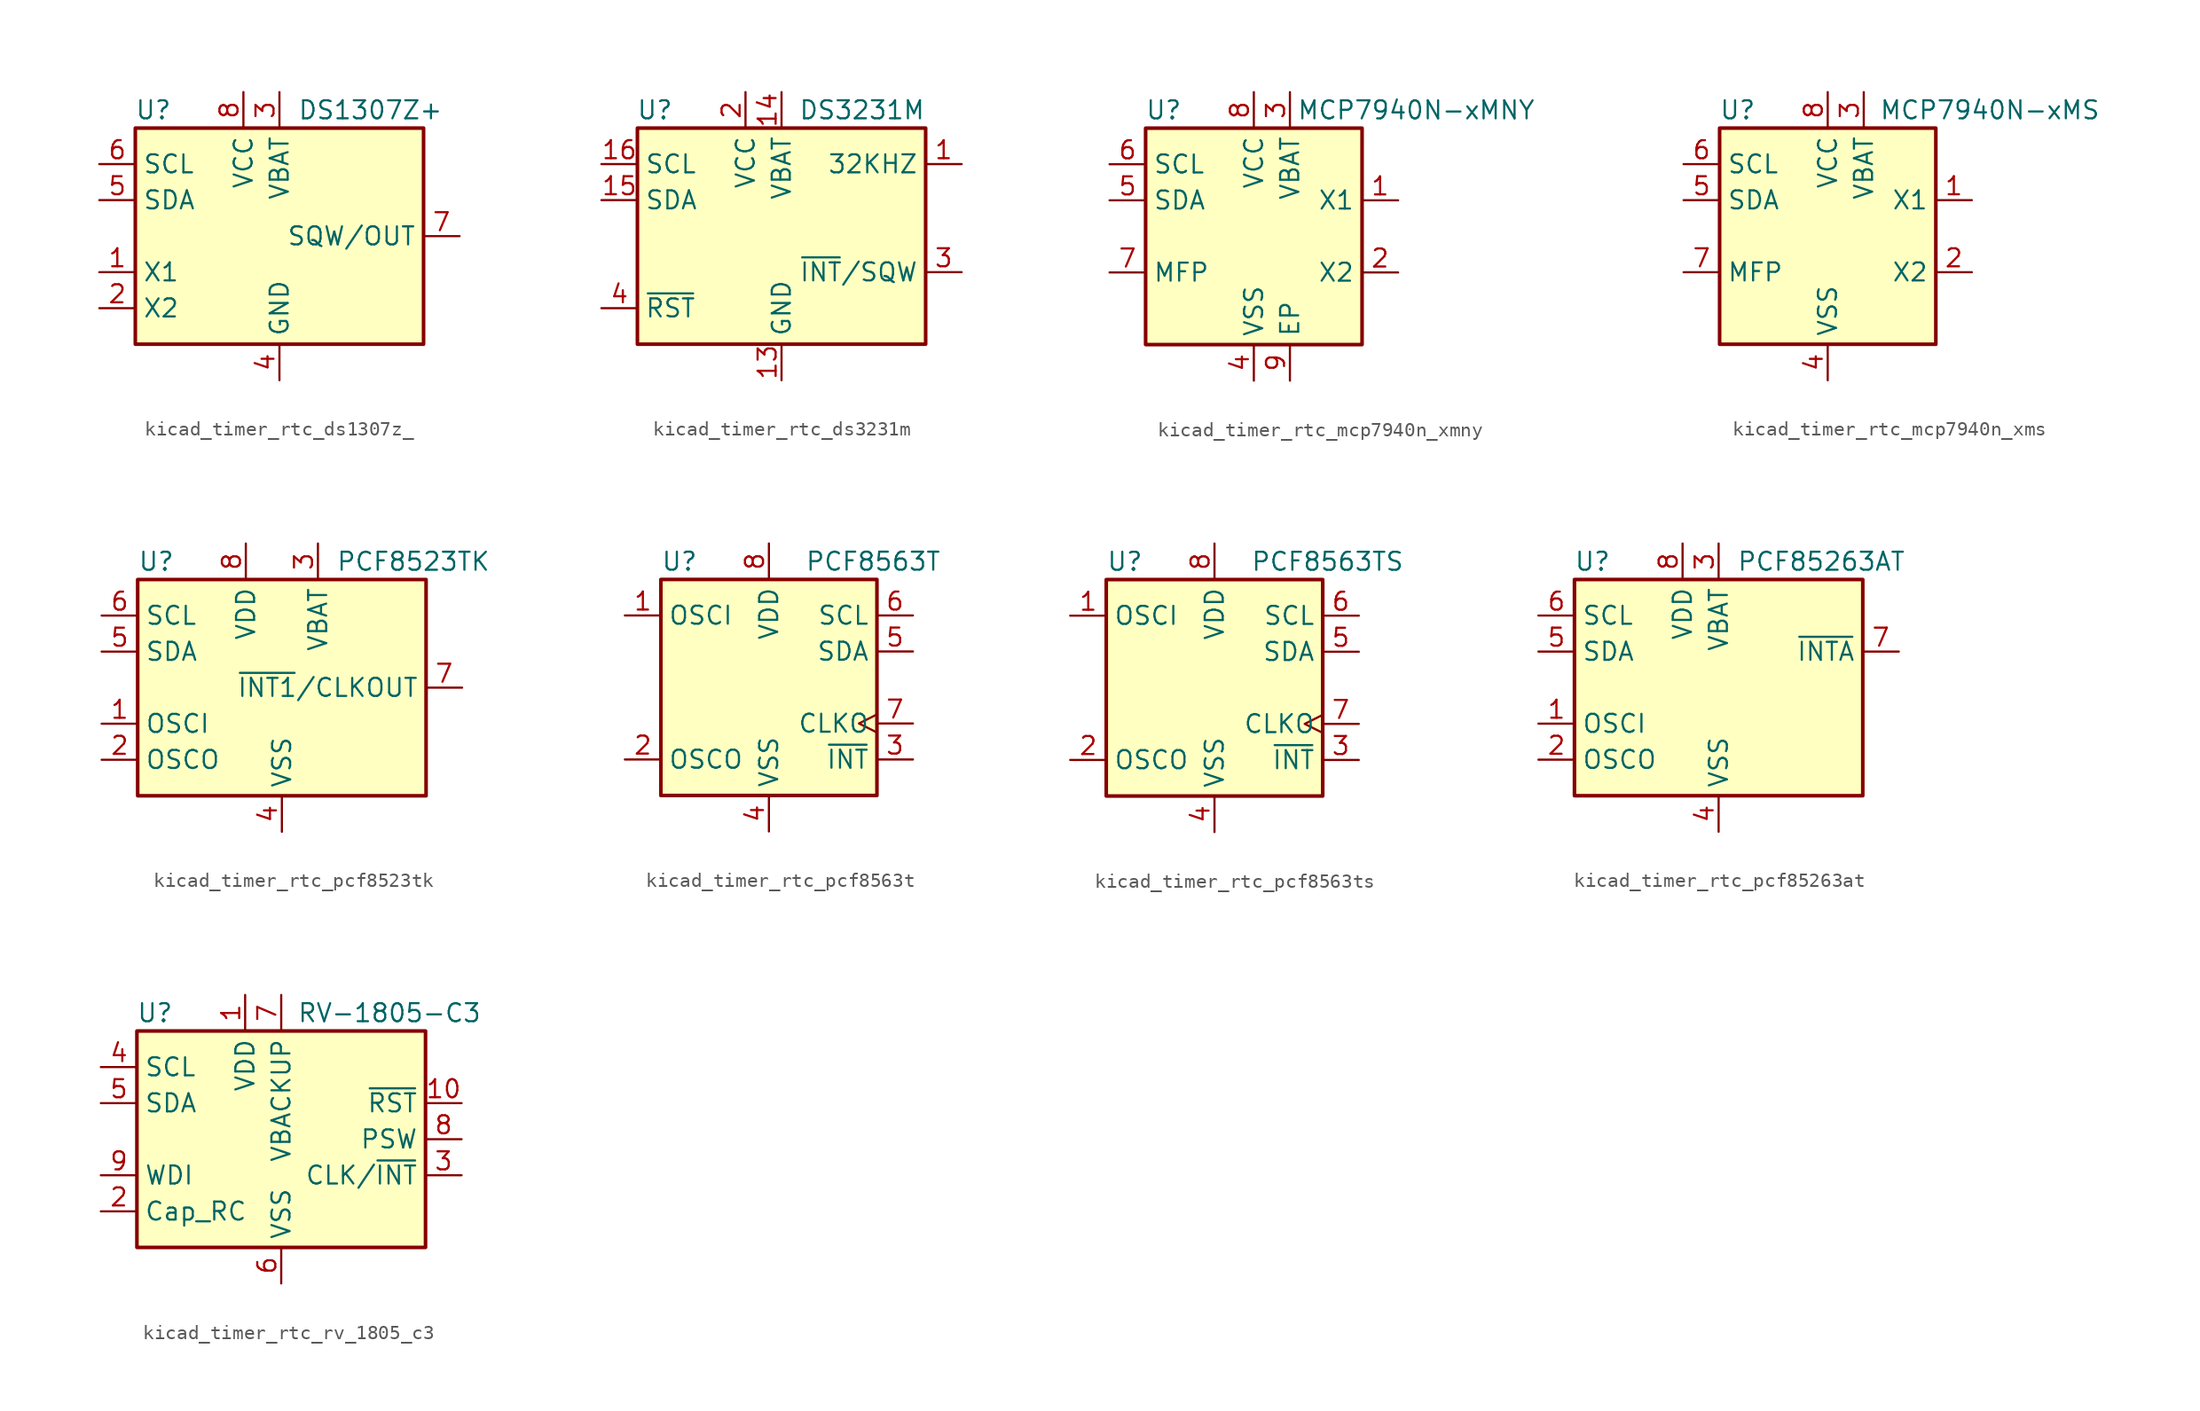
<source format=kicad_sym>
(kicad_symbol_lib
  (version 20220914)
  (generator kicad_symbol_editor)
  (symbol "kicad_timer_rtc_ds1307z_"
    (property "Reference" "U"
      (at -8.89 8.89 0)
      (effects (font (size 1.27 1.27))))
    (property "Value" "DS1307Z+"
      (at 1.27 8.89 0)
      (effects (font (size 1.27 1.27)) (justify left)))
    (symbol "kicad_timer_rtc_ds1307z__0_1"
      (rectangle (start -10.16 7.62) (end 10.16 -7.62) (stroke (width 0.254) (type default)) (fill (type background))))
    (symbol "kicad_timer_rtc_ds1307z__1_1"
      (pin input line (at -12.7 -2.54 0) (length 2.54) (name "X1" (effects (font (size 1.27 1.27)))) (number "1" (effects (font (size 1.27 1.27)))))
      (pin input line (at -12.7 -5.08 0) (length 2.54) (name "X2" (effects (font (size 1.27 1.27)))) (number "2" (effects (font (size 1.27 1.27)))))
      (pin power_in line (at 0 10.16 270) (length 2.54) (name "VBAT" (effects (font (size 1.27 1.27)))) (number "3" (effects (font (size 1.27 1.27)))))
      (pin power_in line (at 0 -10.16 90) (length 2.54) (name "GND" (effects (font (size 1.27 1.27)))) (number "4" (effects (font (size 1.27 1.27)))))
      (pin bidirectional line (at -12.7 2.54 0) (length 2.54) (name "SDA" (effects (font (size 1.27 1.27)))) (number "5" (effects (font (size 1.27 1.27)))))
      (pin input line (at -12.7 5.08 0) (length 2.54) (name "SCL" (effects (font (size 1.27 1.27)))) (number "6" (effects (font (size 1.27 1.27)))))
      (pin open_collector line (at 12.7 0 180) (length 2.54) (name "SQW/OUT" (effects (font (size 1.27 1.27)))) (number "7" (effects (font (size 1.27 1.27)))))
      (pin power_in line (at -2.54 10.16 270) (length 2.54) (name "VCC" (effects (font (size 1.27 1.27)))) (number "8" (effects (font (size 1.27 1.27)))))))
  (symbol "kicad_timer_rtc_ds3231m"
    (property "Reference" "U"
      (at -7.62 8.89 0)
      (effects (font (size 1.27 1.27)) (justify right)))
    (property "Value" "DS3231M"
      (at 10.16 8.89 0)
      (effects (font (size 1.27 1.27)) (justify right)))
    (symbol "kicad_timer_rtc_ds3231m_0_1"
      (rectangle (start -10.16 7.62) (end 10.16 -7.62) (stroke (width 0.254) (type default)) (fill (type background))))
    (symbol "kicad_timer_rtc_ds3231m_1_1"
      (pin open_collector line (at 12.7 5.08 180) (length 2.54) (name "32KHZ" (effects (font (size 1.27 1.27)))) (number "1" (effects (font (size 1.27 1.27)))))
      (pin passive line (at 0 -10.16 90) (length 2.54) hide (name "GND" (effects (font (size 1.27 1.27)))) (number "10" (effects (font (size 1.27 1.27)))))
      (pin passive line (at 0 -10.16 90) (length 2.54) hide (name "GND" (effects (font (size 1.27 1.27)))) (number "11" (effects (font (size 1.27 1.27)))))
      (pin passive line (at 0 -10.16 90) (length 2.54) hide (name "GND" (effects (font (size 1.27 1.27)))) (number "12" (effects (font (size 1.27 1.27)))))
      (pin power_in line (at 0 -10.16 90) (length 2.54) (name "GND" (effects (font (size 1.27 1.27)))) (number "13" (effects (font (size 1.27 1.27)))))
      (pin power_in line (at 0 10.16 270) (length 2.54) (name "VBAT" (effects (font (size 1.27 1.27)))) (number "14" (effects (font (size 1.27 1.27)))))
      (pin bidirectional line (at -12.7 2.54 0) (length 2.54) (name "SDA" (effects (font (size 1.27 1.27)))) (number "15" (effects (font (size 1.27 1.27)))))
      (pin input line (at -12.7 5.08 0) (length 2.54) (name "SCL" (effects (font (size 1.27 1.27)))) (number "16" (effects (font (size 1.27 1.27)))))
      (pin power_in line (at -2.54 10.16 270) (length 2.54) (name "VCC" (effects (font (size 1.27 1.27)))) (number "2" (effects (font (size 1.27 1.27)))))
      (pin open_collector line (at 12.7 -2.54 180) (length 2.54) (name "~{INT}/SQW" (effects (font (size 1.27 1.27)))) (number "3" (effects (font (size 1.27 1.27)))))
      (pin bidirectional line (at -12.7 -5.08 0) (length 2.54) (name "~{RST}" (effects (font (size 1.27 1.27)))) (number "4" (effects (font (size 1.27 1.27)))))
      (pin passive line (at 0 -10.16 90) (length 2.54) hide (name "GND" (effects (font (size 1.27 1.27)))) (number "5" (effects (font (size 1.27 1.27)))))
      (pin passive line (at 0 -10.16 90) (length 2.54) hide (name "GND" (effects (font (size 1.27 1.27)))) (number "6" (effects (font (size 1.27 1.27)))))
      (pin passive line (at 0 -10.16 90) (length 2.54) hide (name "GND" (effects (font (size 1.27 1.27)))) (number "7" (effects (font (size 1.27 1.27)))))
      (pin passive line (at 0 -10.16 90) (length 2.54) hide (name "GND" (effects (font (size 1.27 1.27)))) (number "8" (effects (font (size 1.27 1.27)))))
      (pin passive line (at 0 -10.16 90) (length 2.54) hide (name "GND" (effects (font (size 1.27 1.27)))) (number "9" (effects (font (size 1.27 1.27)))))))
  (symbol "kicad_timer_rtc_mcp7940n_xmny"
    (property "Reference" "U"
      (at -6.35 8.89 0)
      (effects (font (size 1.27 1.27))))
    (property "Value" "MCP7940N-xMNY"
      (at 11.43 8.89 0)
      (effects (font (size 1.27 1.27))))
    (symbol "kicad_timer_rtc_mcp7940n_xmny_0_1"
      (rectangle (start -7.62 7.62) (end 7.62 -7.62) (stroke (width 0.254) (type default)) (fill (type background))))
    (symbol "kicad_timer_rtc_mcp7940n_xmny_1_1"
      (pin input line (at 10.16 2.54 180) (length 2.54) (name "X1" (effects (font (size 1.27 1.27)))) (number "1" (effects (font (size 1.27 1.27)))))
      (pin output line (at 10.16 -2.54 180) (length 2.54) (name "X2" (effects (font (size 1.27 1.27)))) (number "2" (effects (font (size 1.27 1.27)))))
      (pin power_in line (at 2.54 10.16 270) (length 2.54) (name "VBAT" (effects (font (size 1.27 1.27)))) (number "3" (effects (font (size 1.27 1.27)))))
      (pin power_in line (at 0 -10.16 90) (length 2.54) (name "VSS" (effects (font (size 1.27 1.27)))) (number "4" (effects (font (size 1.27 1.27)))))
      (pin bidirectional line (at -10.16 2.54 0) (length 2.54) (name "SDA" (effects (font (size 1.27 1.27)))) (number "5" (effects (font (size 1.27 1.27)))))
      (pin input line (at -10.16 5.08 0) (length 2.54) (name "SCL" (effects (font (size 1.27 1.27)))) (number "6" (effects (font (size 1.27 1.27)))))
      (pin open_collector line (at -10.16 -2.54 0) (length 2.54) (name "MFP" (effects (font (size 1.27 1.27)))) (number "7" (effects (font (size 1.27 1.27)))))
      (pin power_in line (at 0 10.16 270) (length 2.54) (name "VCC" (effects (font (size 1.27 1.27)))) (number "8" (effects (font (size 1.27 1.27)))))
      (pin power_in line (at 2.54 -10.16 90) (length 2.54) (name "EP" (effects (font (size 1.27 1.27)))) (number "9" (effects (font (size 1.27 1.27)))))))
  (symbol "kicad_timer_rtc_mcp7940n_xms"
    (property "Reference" "U"
      (at -6.35 8.89 0)
      (effects (font (size 1.27 1.27))))
    (property "Value" "MCP7940N-xMS"
      (at 11.43 8.89 0)
      (effects (font (size 1.27 1.27))))
    (symbol "kicad_timer_rtc_mcp7940n_xms_0_1"
      (rectangle (start -7.62 7.62) (end 7.62 -7.62) (stroke (width 0.254) (type default)) (fill (type background))))
    (symbol "kicad_timer_rtc_mcp7940n_xms_1_1"
      (pin input line (at 10.16 2.54 180) (length 2.54) (name "X1" (effects (font (size 1.27 1.27)))) (number "1" (effects (font (size 1.27 1.27)))))
      (pin output line (at 10.16 -2.54 180) (length 2.54) (name "X2" (effects (font (size 1.27 1.27)))) (number "2" (effects (font (size 1.27 1.27)))))
      (pin power_in line (at 2.54 10.16 270) (length 2.54) (name "VBAT" (effects (font (size 1.27 1.27)))) (number "3" (effects (font (size 1.27 1.27)))))
      (pin power_in line (at 0 -10.16 90) (length 2.54) (name "VSS" (effects (font (size 1.27 1.27)))) (number "4" (effects (font (size 1.27 1.27)))))
      (pin bidirectional line (at -10.16 2.54 0) (length 2.54) (name "SDA" (effects (font (size 1.27 1.27)))) (number "5" (effects (font (size 1.27 1.27)))))
      (pin input line (at -10.16 5.08 0) (length 2.54) (name "SCL" (effects (font (size 1.27 1.27)))) (number "6" (effects (font (size 1.27 1.27)))))
      (pin open_collector line (at -10.16 -2.54 0) (length 2.54) (name "MFP" (effects (font (size 1.27 1.27)))) (number "7" (effects (font (size 1.27 1.27)))))
      (pin power_in line (at 0 10.16 270) (length 2.54) (name "VCC" (effects (font (size 1.27 1.27)))) (number "8" (effects (font (size 1.27 1.27)))))))
  (symbol "kicad_timer_rtc_pcf8523tk"
    (property "Reference" "U"
      (at -10.16 8.89 0)
      (effects (font (size 1.27 1.27)) (justify left)))
    (property "Value" "PCF8523TK"
      (at 3.81 8.89 0)
      (effects (font (size 1.27 1.27)) (justify left)))
    (symbol "kicad_timer_rtc_pcf8523tk_0_1"
      (rectangle (start -10.16 7.62) (end 10.16 -7.62) (stroke (width 0.254) (type default)) (fill (type background))))
    (symbol "kicad_timer_rtc_pcf8523tk_1_1"
      (pin input line (at -12.7 -2.54 0) (length 2.54) (name "OSCI" (effects (font (size 1.27 1.27)))) (number "1" (effects (font (size 1.27 1.27)))))
      (pin output line (at -12.7 -5.08 0) (length 2.54) (name "OSCO" (effects (font (size 1.27 1.27)))) (number "2" (effects (font (size 1.27 1.27)))))
      (pin power_in line (at 2.54 10.16 270) (length 2.54) (name "VBAT" (effects (font (size 1.27 1.27)))) (number "3" (effects (font (size 1.27 1.27)))))
      (pin power_in line (at 0 -10.16 90) (length 2.54) (name "VSS" (effects (font (size 1.27 1.27)))) (number "4" (effects (font (size 1.27 1.27)))))
      (pin bidirectional line (at -12.7 2.54 0) (length 2.54) (name "SDA" (effects (font (size 1.27 1.27)))) (number "5" (effects (font (size 1.27 1.27)))))
      (pin input line (at -12.7 5.08 0) (length 2.54) (name "SCL" (effects (font (size 1.27 1.27)))) (number "6" (effects (font (size 1.27 1.27)))))
      (pin open_collector line (at 12.7 0 180) (length 2.54) (name "~{INT1}/CLKOUT" (effects (font (size 1.27 1.27)))) (number "7" (effects (font (size 1.27 1.27)))))
      (pin power_in line (at -2.54 10.16 270) (length 2.54) (name "VDD" (effects (font (size 1.27 1.27)))) (number "8" (effects (font (size 1.27 1.27)))))
      (pin passive line (at 0 -10.16 90) (length 2.54) hide (name "VSS" (effects (font (size 1.27 1.27)))) (number "9" (effects (font (size 1.27 1.27)))))))
  (symbol "kicad_timer_rtc_pcf8563t"
    (property "Reference" "U"
      (at -7.62 8.89 0)
      (effects (font (size 1.27 1.27)) (justify left)))
    (property "Value" "PCF8563T"
      (at 2.54 8.89 0)
      (effects (font (size 1.27 1.27)) (justify left)))
    (symbol "kicad_timer_rtc_pcf8563t_0_1"
      (rectangle (start -7.62 7.62) (end 7.62 -7.62) (stroke (width 0.254) (type default)) (fill (type background))))
    (symbol "kicad_timer_rtc_pcf8563t_1_1"
      (pin input line (at -10.16 5.08 0) (length 2.54) (name "OSCI" (effects (font (size 1.27 1.27)))) (number "1" (effects (font (size 1.27 1.27)))))
      (pin output line (at -10.16 -5.08 0) (length 2.54) (name "OSCO" (effects (font (size 1.27 1.27)))) (number "2" (effects (font (size 1.27 1.27)))))
      (pin output line (at 10.16 -5.08 180) (length 2.54) (name "~{INT}" (effects (font (size 1.27 1.27)))) (number "3" (effects (font (size 1.27 1.27)))))
      (pin power_in line (at 0 -10.16 90) (length 2.54) (name "VSS" (effects (font (size 1.27 1.27)))) (number "4" (effects (font (size 1.27 1.27)))))
      (pin bidirectional line (at 10.16 2.54 180) (length 2.54) (name "SDA" (effects (font (size 1.27 1.27)))) (number "5" (effects (font (size 1.27 1.27)))))
      (pin input line (at 10.16 5.08 180) (length 2.54) (name "SCL" (effects (font (size 1.27 1.27)))) (number "6" (effects (font (size 1.27 1.27)))))
      (pin output clock (at 10.16 -2.54 180) (length 2.54) (name "CLKO" (effects (font (size 1.27 1.27)))) (number "7" (effects (font (size 1.27 1.27)))))
      (pin power_in line (at 0 10.16 270) (length 2.54) (name "VDD" (effects (font (size 1.27 1.27)))) (number "8" (effects (font (size 1.27 1.27)))))))
  (symbol "kicad_timer_rtc_pcf8563ts"
    (property "Reference" "U"
      (at -7.62 8.89 0)
      (effects (font (size 1.27 1.27)) (justify left)))
    (property "Value" "PCF8563TS"
      (at 2.54 8.89 0)
      (effects (font (size 1.27 1.27)) (justify left)))
    (symbol "kicad_timer_rtc_pcf8563ts_0_1"
      (rectangle (start -7.62 7.62) (end 7.62 -7.62) (stroke (width 0.254) (type default)) (fill (type background))))
    (symbol "kicad_timer_rtc_pcf8563ts_1_1"
      (pin input line (at -10.16 5.08 0) (length 2.54) (name "OSCI" (effects (font (size 1.27 1.27)))) (number "1" (effects (font (size 1.27 1.27)))))
      (pin output line (at -10.16 -5.08 0) (length 2.54) (name "OSCO" (effects (font (size 1.27 1.27)))) (number "2" (effects (font (size 1.27 1.27)))))
      (pin output line (at 10.16 -5.08 180) (length 2.54) (name "~{INT}" (effects (font (size 1.27 1.27)))) (number "3" (effects (font (size 1.27 1.27)))))
      (pin power_in line (at 0 -10.16 90) (length 2.54) (name "VSS" (effects (font (size 1.27 1.27)))) (number "4" (effects (font (size 1.27 1.27)))))
      (pin bidirectional line (at 10.16 2.54 180) (length 2.54) (name "SDA" (effects (font (size 1.27 1.27)))) (number "5" (effects (font (size 1.27 1.27)))))
      (pin input line (at 10.16 5.08 180) (length 2.54) (name "SCL" (effects (font (size 1.27 1.27)))) (number "6" (effects (font (size 1.27 1.27)))))
      (pin output clock (at 10.16 -2.54 180) (length 2.54) (name "CLKO" (effects (font (size 1.27 1.27)))) (number "7" (effects (font (size 1.27 1.27)))))
      (pin power_in line (at 0 10.16 270) (length 2.54) (name "VDD" (effects (font (size 1.27 1.27)))) (number "8" (effects (font (size 1.27 1.27)))))))
  (symbol "kicad_timer_rtc_pcf85263at"
    (property "Reference" "U"
      (at -8.89 8.89 0)
      (effects (font (size 1.27 1.27))))
    (property "Value" "PCF85263AT"
      (at 1.27 8.89 0)
      (effects (font (size 1.27 1.27)) (justify left)))
    (symbol "kicad_timer_rtc_pcf85263at_0_1"
      (rectangle (start -10.16 7.62) (end 10.16 -7.62) (stroke (width 0.254) (type default)) (fill (type background))))
    (symbol "kicad_timer_rtc_pcf85263at_1_1"
      (pin input line (at -12.7 -2.54 0) (length 2.54) (name "OSCI" (effects (font (size 1.27 1.27)))) (number "1" (effects (font (size 1.27 1.27)))))
      (pin output line (at -12.7 -5.08 0) (length 2.54) (name "OSCO" (effects (font (size 1.27 1.27)))) (number "2" (effects (font (size 1.27 1.27)))))
      (pin power_in line (at 0 10.16 270) (length 2.54) (name "VBAT" (effects (font (size 1.27 1.27)))) (number "3" (effects (font (size 1.27 1.27)))))
      (pin power_in line (at 0 -10.16 90) (length 2.54) (name "VSS" (effects (font (size 1.27 1.27)))) (number "4" (effects (font (size 1.27 1.27)))))
      (pin bidirectional line (at -12.7 2.54 0) (length 2.54) (name "SDA" (effects (font (size 1.27 1.27)))) (number "5" (effects (font (size 1.27 1.27)))))
      (pin input line (at -12.7 5.08 0) (length 2.54) (name "SCL" (effects (font (size 1.27 1.27)))) (number "6" (effects (font (size 1.27 1.27)))))
      (pin open_collector line (at 12.7 2.54 180) (length 2.54) (name "~{INTA}" (effects (font (size 1.27 1.27)))) (number "7" (effects (font (size 1.27 1.27)))))
      (pin power_in line (at -2.54 10.16 270) (length 2.54) (name "VDD" (effects (font (size 1.27 1.27)))) (number "8" (effects (font (size 1.27 1.27)))))))
  (symbol "kicad_timer_rtc_rv_1805_c3"
    (property "Reference" "U"
      (at -8.89 8.89 0)
      (effects (font (size 1.27 1.27))))
    (property "Value" "RV-1805-C3"
      (at 7.62 8.89 0)
      (effects (font (size 1.27 1.27))))
    (symbol "kicad_timer_rtc_rv_1805_c3_0_1"
      (rectangle (start 10.16 7.62) (end -10.16 -7.62) (stroke (width 0.254) (type default)) (fill (type background))))
    (symbol "kicad_timer_rtc_rv_1805_c3_1_1"
      (pin power_in line (at -2.54 10.16 270) (length 2.54) (name "VDD" (effects (font (size 1.27 1.27)))) (number "1" (effects (font (size 1.27 1.27)))))
      (pin open_collector line (at 12.7 2.54 180) (length 2.54) (name "~{RST}" (effects (font (size 1.27 1.27)))) (number "10" (effects (font (size 1.27 1.27)))))
      (pin passive line (at -12.7 -5.08 0) (length 2.54) (name "Cap_RC" (effects (font (size 1.27 1.27)))) (number "2" (effects (font (size 1.27 1.27)))))
      (pin open_collector line (at 12.7 -2.54 180) (length 2.54) (name "CLK/~{INT}" (effects (font (size 1.27 1.27)))) (number "3" (effects (font (size 1.27 1.27)))))
      (pin input line (at -12.7 5.08 0) (length 2.54) (name "SCL" (effects (font (size 1.27 1.27)))) (number "4" (effects (font (size 1.27 1.27)))))
      (pin bidirectional line (at -12.7 2.54 0) (length 2.54) (name "SDA" (effects (font (size 1.27 1.27)))) (number "5" (effects (font (size 1.27 1.27)))))
      (pin power_in line (at 0 -10.16 90) (length 2.54) (name "VSS" (effects (font (size 1.27 1.27)))) (number "6" (effects (font (size 1.27 1.27)))))
      (pin power_in line (at 0 10.16 270) (length 2.54) (name "VBACKUP" (effects (font (size 1.27 1.27)))) (number "7" (effects (font (size 1.27 1.27)))))
      (pin open_collector line (at 12.7 0 180) (length 2.54) (name "PSW" (effects (font (size 1.27 1.27)))) (number "8" (effects (font (size 1.27 1.27)))))
      (pin input line (at -12.7 -2.54 0) (length 2.54) (name "WDI" (effects (font (size 1.27 1.27)))) (number "9" (effects (font (size 1.27 1.27))))))))
</source>
